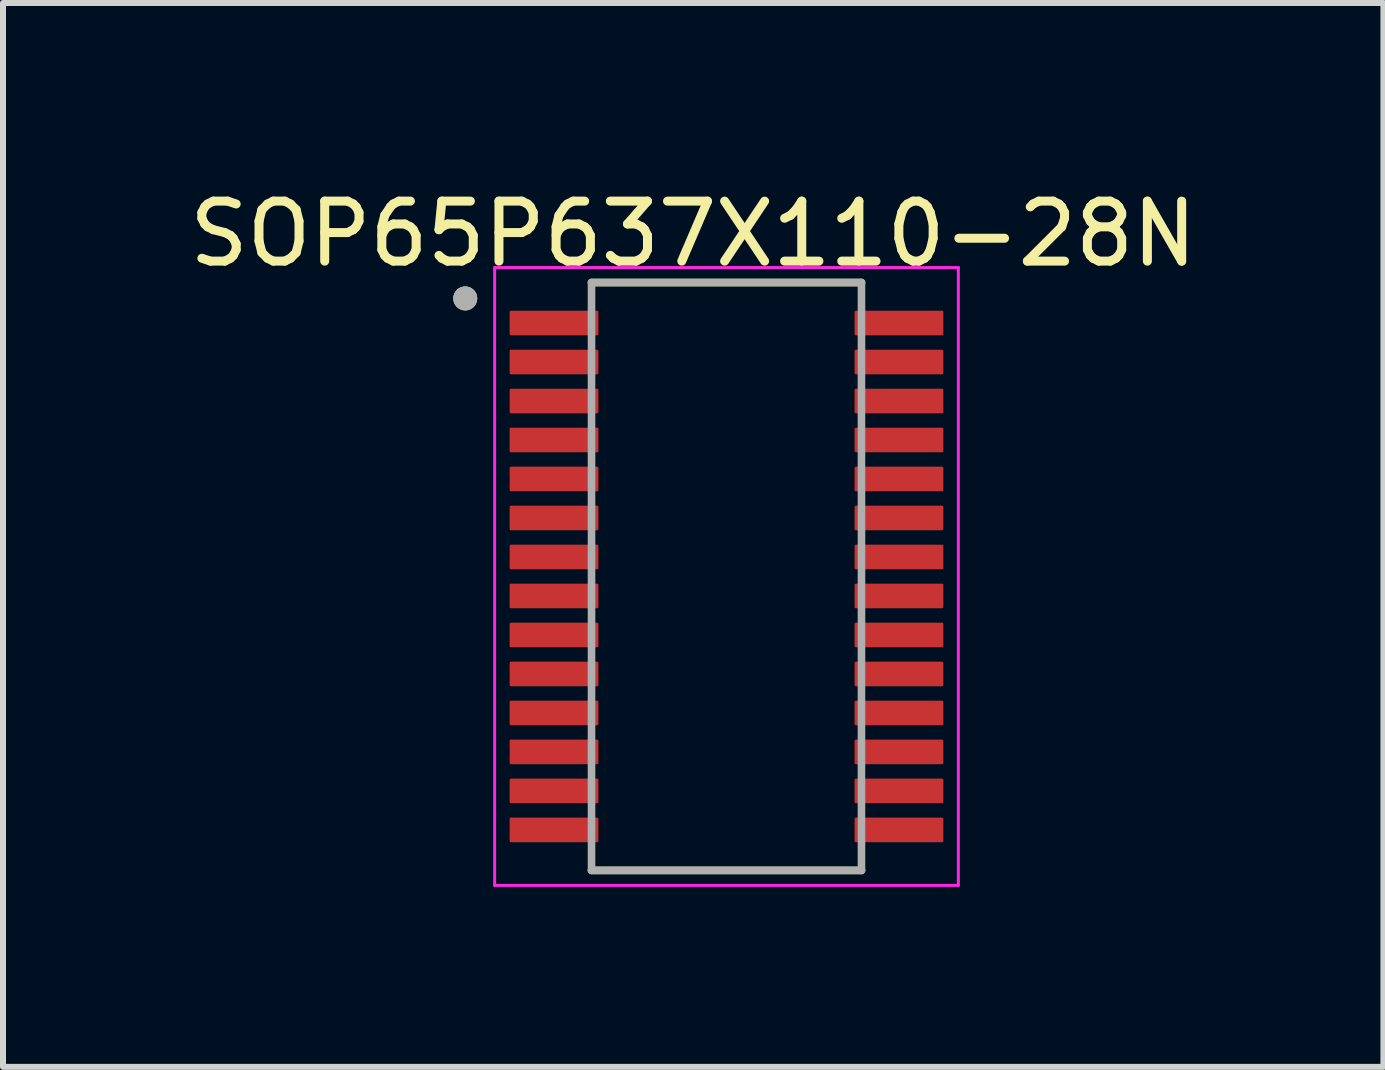
<source format=kicad_pcb>
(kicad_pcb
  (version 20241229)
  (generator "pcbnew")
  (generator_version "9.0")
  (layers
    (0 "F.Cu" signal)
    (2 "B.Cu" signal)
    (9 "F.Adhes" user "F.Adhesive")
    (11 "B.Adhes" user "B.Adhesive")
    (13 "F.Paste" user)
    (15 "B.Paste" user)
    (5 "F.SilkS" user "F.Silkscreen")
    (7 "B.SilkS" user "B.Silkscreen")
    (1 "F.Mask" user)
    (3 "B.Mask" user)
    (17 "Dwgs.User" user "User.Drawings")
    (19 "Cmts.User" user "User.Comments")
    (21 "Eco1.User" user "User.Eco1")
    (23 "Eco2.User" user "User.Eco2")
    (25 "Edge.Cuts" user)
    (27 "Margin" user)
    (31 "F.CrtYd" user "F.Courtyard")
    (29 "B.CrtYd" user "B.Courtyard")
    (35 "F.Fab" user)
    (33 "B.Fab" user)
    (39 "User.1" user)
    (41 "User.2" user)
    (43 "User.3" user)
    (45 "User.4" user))
  (footprint "SOP65P637X110-28N"
    (layer "F.Cu")
    (at 9.061 6.56)
    (property "Reference" "SOP65P637X110-28N" (at -0.555 -5.712 0) (layer "F.SilkS") (effects (font (size 1 1) (thickness 0.15))))
    (attr through_hole)
    (fp_line (start -2.25 -4.9) (end 2.25 -4.9) (stroke (width 0.127) (type solid)) (layer "F.SilkS"))
    (fp_line (start -2.25 4.9) (end 2.25 4.9) (stroke (width 0.127) (type solid)) (layer "F.SilkS"))
    (fp_circle (center -4.355 -4.635) (end -4.255 -4.635) (stroke (width 0.2) (type solid)) (fill no) (layer "F.SilkS"))
    (fp_line (start -3.865 -5.15) (end -3.865 5.15) (stroke (width 0.05) (type solid)) (layer "F.CrtYd"))
    (fp_line (start -3.865 -5.15) (end 3.865 -5.15) (stroke (width 0.05) (type solid)) (layer "F.CrtYd"))
    (fp_line (start -3.865 5.15) (end 3.865 5.15) (stroke (width 0.05) (type solid)) (layer "F.CrtYd"))
    (fp_line (start 3.865 -5.15) (end 3.865 5.15) (stroke (width 0.05) (type solid)) (layer "F.CrtYd"))
    (fp_line (start -2.25 -4.9) (end -2.25 4.9) (stroke (width 0.127) (type solid)) (layer "F.Fab"))
    (fp_line (start -2.25 -4.9) (end 2.25 -4.9) (stroke (width 0.127) (type solid)) (layer "F.Fab"))
    (fp_line (start -2.25 4.9) (end 2.25 4.9) (stroke (width 0.127) (type solid)) (layer "F.Fab"))
    (fp_line (start 2.25 -4.9) (end 2.25 4.9) (stroke (width 0.127) (type solid)) (layer "F.Fab"))
    (fp_circle (center -4.355 -4.635) (end -4.255 -4.635) (stroke (width 0.2) (type solid)) (fill no) (layer "F.Fab"))
    (pad "1" smd roundrect (at -2.875 -4.225) (size 1.48 0.41) (layers "F.Cu" "F.Mask" "F.Paste") (roundrect_rratio 0.05))
    (pad "2" smd roundrect (at -2.875 -3.575) (size 1.48 0.41) (layers "F.Cu" "F.Mask" "F.Paste") (roundrect_rratio 0.05))
    (pad "3" smd roundrect (at -2.875 -2.925) (size 1.48 0.41) (layers "F.Cu" "F.Mask" "F.Paste") (roundrect_rratio 0.05))
    (pad "4" smd roundrect (at -2.875 -2.275) (size 1.48 0.41) (layers "F.Cu" "F.Mask" "F.Paste") (roundrect_rratio 0.05))
    (pad "5" smd roundrect (at -2.875 -1.625) (size 1.48 0.41) (layers "F.Cu" "F.Mask" "F.Paste") (roundrect_rratio 0.05))
    (pad "6" smd roundrect (at -2.875 -0.975) (size 1.48 0.41) (layers "F.Cu" "F.Mask" "F.Paste") (roundrect_rratio 0.05))
    (pad "7" smd roundrect (at -2.875 -0.325) (size 1.48 0.41) (layers "F.Cu" "F.Mask" "F.Paste") (roundrect_rratio 0.05))
    (pad "8" smd roundrect (at -2.875 0.325) (size 1.48 0.41) (layers "F.Cu" "F.Mask" "F.Paste") (roundrect_rratio 0.05))
    (pad "9" smd roundrect (at -2.875 0.975) (size 1.48 0.41) (layers "F.Cu" "F.Mask" "F.Paste") (roundrect_rratio 0.05))
    (pad "10" smd roundrect (at -2.875 1.625) (size 1.48 0.41) (layers "F.Cu" "F.Mask" "F.Paste") (roundrect_rratio 0.05))
    (pad "11" smd roundrect (at -2.875 2.275) (size 1.48 0.41) (layers "F.Cu" "F.Mask" "F.Paste") (roundrect_rratio 0.05))
    (pad "12" smd roundrect (at -2.875 2.925) (size 1.48 0.41) (layers "F.Cu" "F.Mask" "F.Paste") (roundrect_rratio 0.05))
    (pad "13" smd roundrect (at -2.875 3.575) (size 1.48 0.41) (layers "F.Cu" "F.Mask" "F.Paste") (roundrect_rratio 0.05))
    (pad "14" smd roundrect (at -2.875 4.225) (size 1.48 0.41) (layers "F.Cu" "F.Mask" "F.Paste") (roundrect_rratio 0.05))
    (pad "15" smd roundrect (at 2.875 4.225) (size 1.48 0.41) (layers "F.Cu" "F.Mask" "F.Paste") (roundrect_rratio 0.05))
    (pad "16" smd roundrect (at 2.875 3.575) (size 1.48 0.41) (layers "F.Cu" "F.Mask" "F.Paste") (roundrect_rratio 0.05))
    (pad "17" smd roundrect (at 2.875 2.925) (size 1.48 0.41) (layers "F.Cu" "F.Mask" "F.Paste") (roundrect_rratio 0.05))
    (pad "18" smd roundrect (at 2.875 2.275) (size 1.48 0.41) (layers "F.Cu" "F.Mask" "F.Paste") (roundrect_rratio 0.05))
    (pad "19" smd roundrect (at 2.875 1.625) (size 1.48 0.41) (layers "F.Cu" "F.Mask" "F.Paste") (roundrect_rratio 0.05))
    (pad "20" smd roundrect (at 2.875 0.975) (size 1.48 0.41) (layers "F.Cu" "F.Mask" "F.Paste") (roundrect_rratio 0.05))
    (pad "21" smd roundrect (at 2.875 0.325) (size 1.48 0.41) (layers "F.Cu" "F.Mask" "F.Paste") (roundrect_rratio 0.05))
    (pad "22" smd roundrect (at 2.875 -0.325) (size 1.48 0.41) (layers "F.Cu" "F.Mask" "F.Paste") (roundrect_rratio 0.05))
    (pad "23" smd roundrect (at 2.875 -0.975) (size 1.48 0.41) (layers "F.Cu" "F.Mask" "F.Paste") (roundrect_rratio 0.05))
    (pad "24" smd roundrect (at 2.875 -1.625) (size 1.48 0.41) (layers "F.Cu" "F.Mask" "F.Paste") (roundrect_rratio 0.05))
    (pad "25" smd roundrect (at 2.875 -2.275) (size 1.48 0.41) (layers "F.Cu" "F.Mask" "F.Paste") (roundrect_rratio 0.05))
    (pad "26" smd roundrect (at 2.875 -2.925) (size 1.48 0.41) (layers "F.Cu" "F.Mask" "F.Paste") (roundrect_rratio 0.05))
    (pad "27" smd roundrect (at 2.875 -3.575) (size 1.48 0.41) (layers "F.Cu" "F.Mask" "F.Paste") (roundrect_rratio 0.05))
    (pad "28" smd roundrect (at 2.875 -4.225) (size 1.48 0.41) (layers "F.Cu" "F.Mask" "F.Paste") (roundrect_rratio 0.05)))
  (gr_rect
    (start -3 -3)
    (end 20.012 14.735)
    (stroke (width 0.1) (type default))
    (fill no)
    (layer "Edge.Cuts")))
</source>
